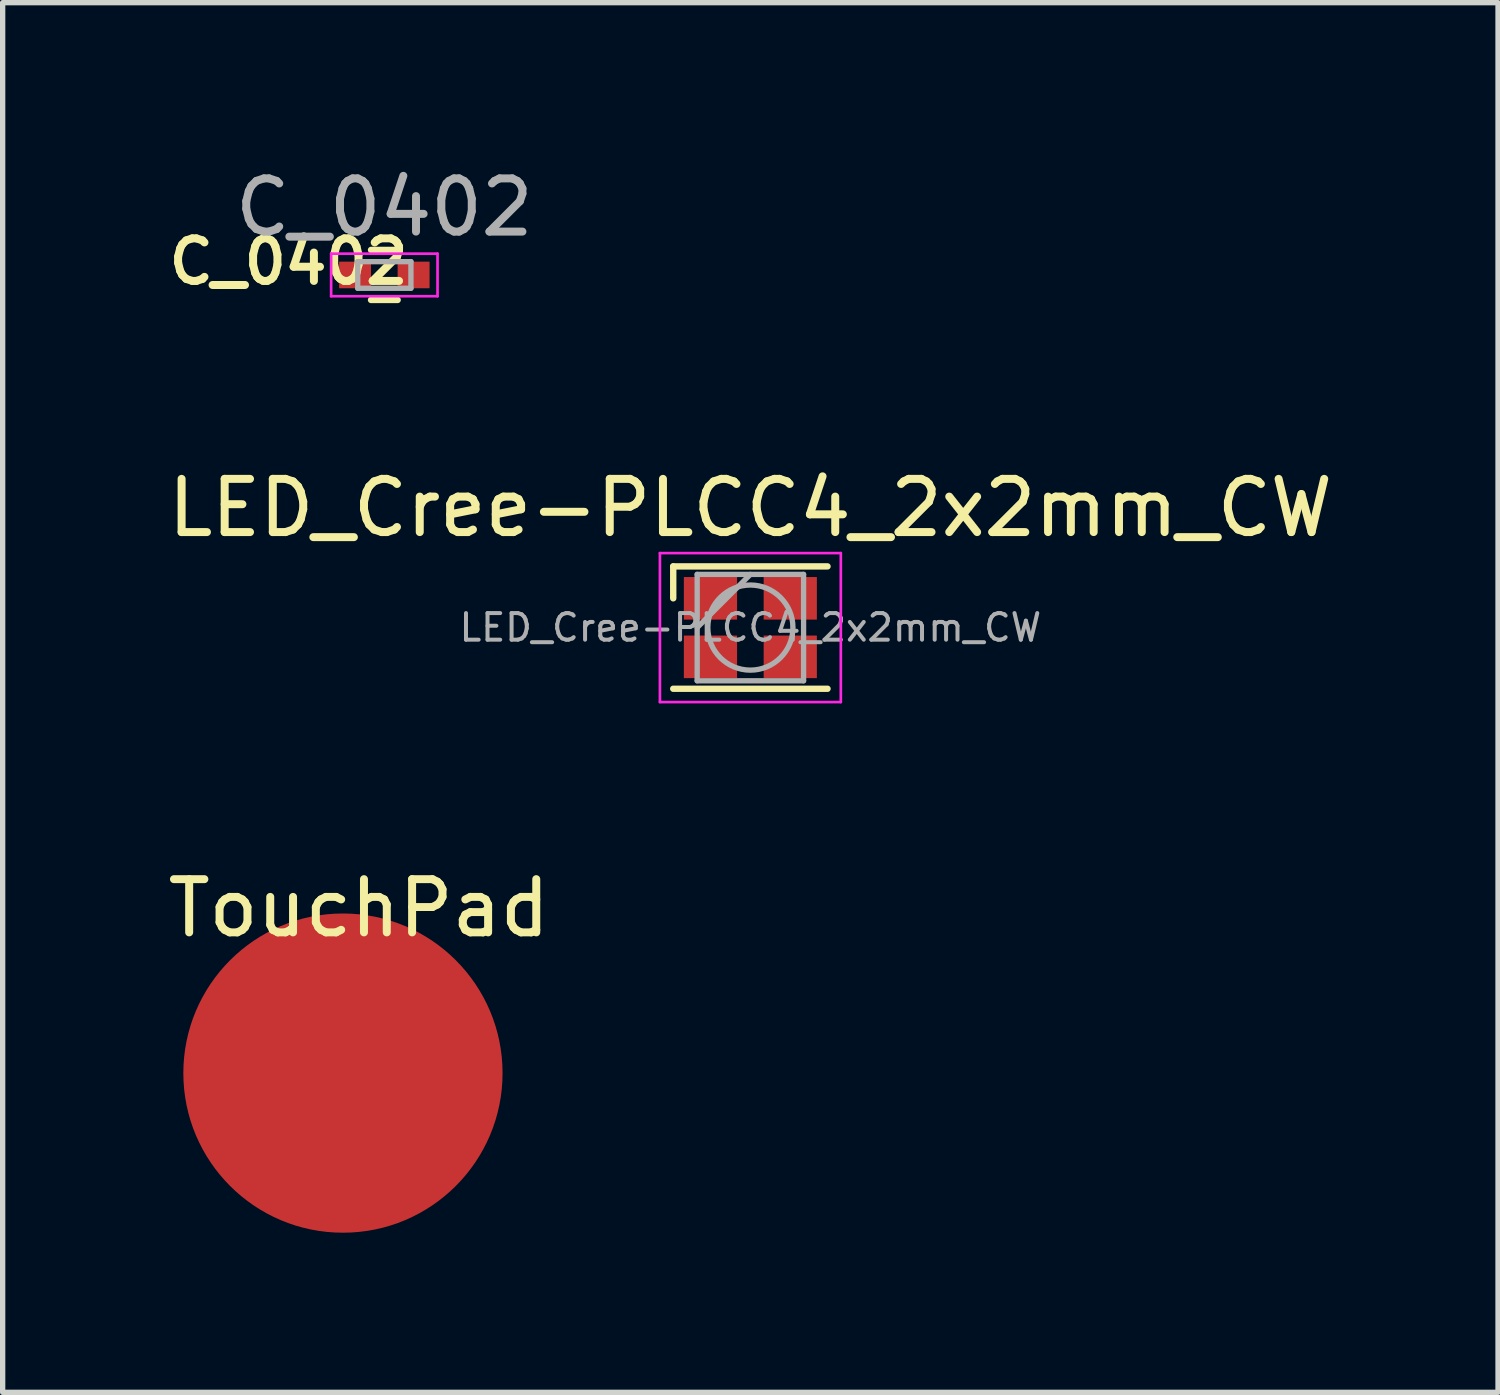
<source format=kicad_pcb>
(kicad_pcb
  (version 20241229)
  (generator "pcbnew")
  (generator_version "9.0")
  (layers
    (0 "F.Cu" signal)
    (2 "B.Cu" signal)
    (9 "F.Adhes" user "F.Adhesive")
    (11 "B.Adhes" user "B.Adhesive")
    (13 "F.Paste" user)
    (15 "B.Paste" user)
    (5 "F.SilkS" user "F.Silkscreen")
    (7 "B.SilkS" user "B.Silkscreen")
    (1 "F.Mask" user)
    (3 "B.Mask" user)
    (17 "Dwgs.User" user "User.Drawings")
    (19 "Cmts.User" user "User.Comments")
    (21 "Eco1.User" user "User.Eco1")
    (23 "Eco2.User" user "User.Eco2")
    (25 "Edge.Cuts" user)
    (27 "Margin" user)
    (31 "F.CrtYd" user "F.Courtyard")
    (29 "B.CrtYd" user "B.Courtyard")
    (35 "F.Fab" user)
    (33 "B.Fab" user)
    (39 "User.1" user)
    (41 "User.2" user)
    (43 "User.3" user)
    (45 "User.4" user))
  (footprint "C_0402"
    (layer "F.Cu")
    (at 4.174 2.118)
    (property "Reference" "C_0402" (at -1.8 -0.25 0) (layer "F.SilkS") (effects (font (size 0.8 0.8) (thickness 0.15))))
    (attr smd)
    (fp_line (start -0.25 0.47) (end 0.25 0.47) (stroke (width 0.12) (type solid)) (layer "F.SilkS"))
    (fp_line (start 0.25 -0.47) (end -0.25 -0.47) (stroke (width 0.12) (type solid)) (layer "F.SilkS"))
    (fp_line (start -1 -0.4) (end -1 0.4) (stroke (width 0.05) (type solid)) (layer "F.CrtYd"))
    (fp_line (start -1 -0.4) (end 1 -0.4) (stroke (width 0.05) (type solid)) (layer "F.CrtYd"))
    (fp_line (start 1 0.4) (end -1 0.4) (stroke (width 0.05) (type solid)) (layer "F.CrtYd"))
    (fp_line (start 1 0.4) (end 1 -0.4) (stroke (width 0.05) (type solid)) (layer "F.CrtYd"))
    (fp_line (start -0.5 -0.25) (end 0.5 -0.25) (stroke (width 0.1) (type solid)) (layer "F.Fab"))
    (fp_line (start -0.5 0.25) (end -0.5 -0.25) (stroke (width 0.1) (type solid)) (layer "F.Fab"))
    (fp_line (start 0.5 -0.25) (end 0.5 0.25) (stroke (width 0.1) (type solid)) (layer "F.Fab"))
    (fp_line (start 0.5 0.25) (end -0.5 0.25) (stroke (width 0.1) (type solid)) (layer "F.Fab"))
    (fp_text user "${REFERENCE}" (at 0 -1.27 0) (layer "F.Fab") (effects (font (size 1 1) (thickness 0.15))))
    (pad "1" smd rect (at -0.55 0) (size 0.6 0.5) (layers "F.Cu" "F.Mask" "F.Paste"))
    (pad "2" smd rect (at 0.55 0) (size 0.6 0.5) (layers "F.Cu" "F.Mask" "F.Paste")))
  (footprint "LED_Cree-PLCC4_2x2mm_CW"
    (layer "F.Cu")
    (at 11.054 8.746)
    (property "Reference" "LED_Cree-PLCC4_2x2mm_CW" (at 0 -2.25 0) (layer "F.SilkS") (effects (font (size 1 1) (thickness 0.15))))
    (attr smd)
    (fp_line (start -1.45 -1.15) (end 1.45 -1.15) (stroke (width 0.12) (type solid)) (layer "F.SilkS"))
    (fp_line (start -1.45 -0.55) (end -1.45 -1.15) (stroke (width 0.12) (type solid)) (layer "F.SilkS"))
    (fp_line (start -1.45 1.15) (end 1.45 1.15) (stroke (width 0.12) (type solid)) (layer "F.SilkS"))
    (fp_line (start -1.7 -1.4) (end -1.7 1.4) (stroke (width 0.05) (type solid)) (layer "F.CrtYd"))
    (fp_line (start -1.7 1.4) (end 1.7 1.4) (stroke (width 0.05) (type solid)) (layer "F.CrtYd"))
    (fp_line (start 1.7 -1.4) (end -1.7 -1.4) (stroke (width 0.05) (type solid)) (layer "F.CrtYd"))
    (fp_line (start 1.7 1.4) (end 1.7 -1.4) (stroke (width 0.05) (type solid)) (layer "F.CrtYd"))
    (fp_line (start -1 -1) (end -1 1) (stroke (width 0.1) (type solid)) (layer "F.Fab"))
    (fp_line (start -1 1) (end 1 1) (stroke (width 0.1) (type solid)) (layer "F.Fab"))
    (fp_line (start 0 -1) (end -1 0) (stroke (width 0.1) (type solid)) (layer "F.Fab"))
    (fp_line (start 1 -1) (end -1 -1) (stroke (width 0.1) (type solid)) (layer "F.Fab"))
    (fp_line (start 1 1) (end 1 -1) (stroke (width 0.1) (type solid)) (layer "F.Fab"))
    (fp_circle (center 0 0) (end 0.8 0) (stroke (width 0.1) (type solid)) (fill no) (layer "F.Fab"))
    (fp_text user "${REFERENCE}" (at 0 0 0) (layer "F.Fab") (effects (font (size 0.5 0.5) (thickness 0.075))))
    (pad "A" smd rect (at -0.75 -0.55) (size 1 0.8) (layers "F.Cu" "F.Mask" "F.Paste"))
    (pad "B" smd rect (at 0.75 -0.55) (size 1 0.8) (layers "F.Cu" "F.Mask" "F.Paste"))
    (pad "G" smd rect (at 0.75 0.55) (size 1 0.8) (layers "F.Cu" "F.Mask" "F.Paste"))
    (pad "R" smd rect (at -0.75 0.55) (size 1 0.8) (layers "F.Cu" "F.Mask" "F.Paste")))
  (footprint "TouchPad"
    (layer "F.Cu")
    (at 3.396 17.12)
    (property "Reference" "TouchPad" (at 0.3 -3.1 0) (layer "F.SilkS") (effects (font (size 1 1) (thickness 0.15))))
    (attr through_hole)
    (pad "1" smd circle (at 0 0) (size 6 6) (layers "F.Cu" "F.Mask")))
  (gr_rect
    (start -3 -3)
    (end 25.107 23.12)
    (stroke (width 0.1) (type default))
    (fill no)
    (layer "Edge.Cuts")))
</source>
